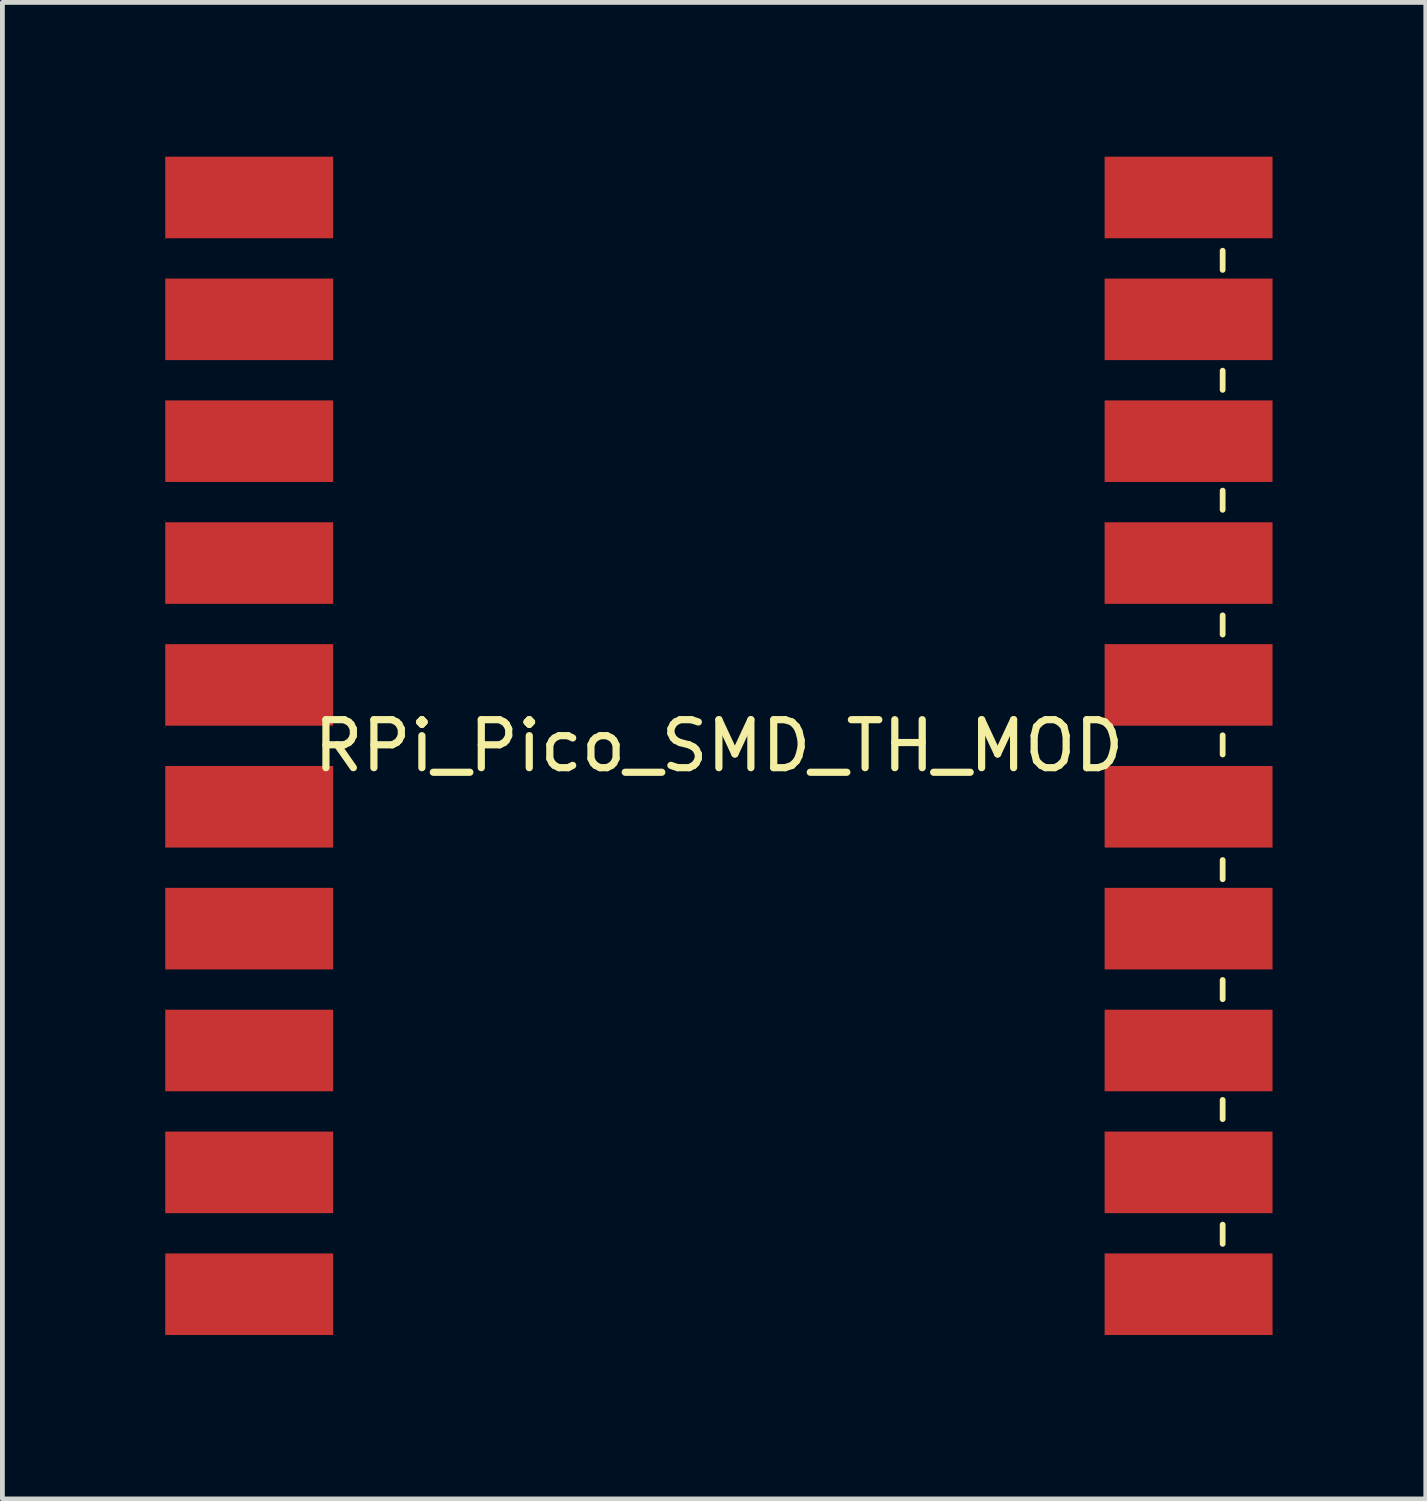
<source format=kicad_pcb>
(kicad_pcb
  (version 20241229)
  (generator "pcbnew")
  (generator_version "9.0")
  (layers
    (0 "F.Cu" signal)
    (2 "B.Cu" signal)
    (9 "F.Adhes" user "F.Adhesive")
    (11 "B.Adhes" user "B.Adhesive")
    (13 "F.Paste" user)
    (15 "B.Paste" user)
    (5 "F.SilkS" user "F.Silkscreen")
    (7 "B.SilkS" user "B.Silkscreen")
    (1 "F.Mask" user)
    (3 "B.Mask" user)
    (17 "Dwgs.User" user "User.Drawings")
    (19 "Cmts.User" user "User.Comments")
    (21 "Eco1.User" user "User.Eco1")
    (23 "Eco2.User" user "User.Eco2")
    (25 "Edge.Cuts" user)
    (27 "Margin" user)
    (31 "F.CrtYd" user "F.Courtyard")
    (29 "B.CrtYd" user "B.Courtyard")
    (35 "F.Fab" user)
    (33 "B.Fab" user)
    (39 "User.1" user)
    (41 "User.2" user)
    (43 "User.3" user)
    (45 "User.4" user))
  (footprint "RPi_Pico_SMD_TH_MOD"
    (layer "F.Cu")
    (at 0.25 24.942)
    (property "Reference" "RPi_Pico_SMD_TH_MOD" (at 11.684 -12.446 0) (layer "F.SilkS") (effects (font (size 1 1) (thickness 0.15))))
    (attr through_hole)
    (fp_line (start 22.184 -22.766) (end 22.184 -22.366) (stroke (width 0.12) (type solid)) (layer "F.SilkS"))
    (fp_line (start 22.184 -20.266) (end 22.184 -19.866) (stroke (width 0.12) (type solid)) (layer "F.SilkS"))
    (fp_line (start 22.184 -17.766) (end 22.184 -17.366) (stroke (width 0.12) (type solid)) (layer "F.SilkS"))
    (fp_line (start 22.184 -15.166) (end 22.184 -14.766) (stroke (width 0.12) (type solid)) (layer "F.SilkS"))
    (fp_line (start 22.184 -12.666) (end 22.184 -12.266) (stroke (width 0.12) (type solid)) (layer "F.SilkS"))
    (fp_line (start 22.184 -10.066) (end 22.184 -9.666) (stroke (width 0.12) (type solid)) (layer "F.SilkS"))
    (fp_line (start 22.184 -7.566) (end 22.184 -7.166) (stroke (width 0.12) (type solid)) (layer "F.SilkS"))
    (fp_line (start 22.184 -5.066) (end 22.184 -4.666) (stroke (width 0.12) (type solid)) (layer "F.SilkS"))
    (fp_line (start 22.184 -2.466) (end 22.184 -2.066) (stroke (width 0.12) (type solid)) (layer "F.SilkS"))
    (fp_rect (start 0 -24.892) (end 23.368 0) (stroke (width 0.1) (type default)) (fill no) (layer "Margin"))
    (fp_text user "RS_SW*" (at 19.304 -2.666 0) (unlocked yes) (layer "Margin") (effects (font (size 1 1) (thickness 0.15)) (justify right bottom)))
    (fp_text user "SDI" (at 4.064 -20.066 0) (unlocked yes) (layer "Margin") (effects (font (size 1 1) (thickness 0.15)) (justify left bottom)))
    (fp_text user "SDO" (at 4.064 -17.526 0) (unlocked yes) (layer "Margin") (effects (font (size 1 1) (thickness 0.15)) (justify left bottom)))
    (fp_text user "3V3" (at 16.764 -20.866 0) (unlocked yes) (layer "Margin") (effects (font (size 1 1) (thickness 0.15)) (justify left bottom)))
    (fp_text user "SCK" (at 4.064 -22.606 0) (unlocked yes) (layer "Margin") (effects (font (size 1 1) (thickness 0.15)) (justify left bottom)))
    (fp_text user "GND" (at 16.002 -0.508 0) (unlocked yes) (layer "Margin") (effects (font (size 1 1) (thickness 0.15)) (justify left bottom)))
    (fp_text user "ADC_IN" (at 14.224 -7.366 0) (unlocked yes) (layer "Margin") (effects (font (size 1 1) (thickness 0.15)) (justify left bottom)))
    (fp_text user "CS*" (at 4.064 -14.986 0) (unlocked yes) (layer "Margin") (effects (font (size 1 1) (thickness 0.15)) (justify left bottom)))
    (pad "4" smd rect (at 2.794 -23.876) (size 3.5 1.7) (drill (offset -0.9 0)) (layers "F.Cu" "F.Mask"))
    (pad "5" smd rect (at 2.794 -21.336) (size 3.5 1.7) (drill (offset -0.9 0)) (layers "F.Cu" "F.Mask"))
    (pad "6" smd rect (at 2.794 -18.796) (size 3.5 1.7) (drill (offset -0.9 0)) (layers "F.Cu" "F.Mask"))
    (pad "7" smd rect (at 2.794 -16.256) (size 3.5 1.7) (drill (offset -0.9 0)) (layers "F.Cu" "F.Mask"))
    (pad "8" smd rect (at 2.794 -13.716) (size 3.5 1.7) (drill (offset -0.9 0)) (layers "F.Cu" "F.Mask"))
    (pad "9" smd rect (at 2.794 -11.176) (size 3.5 1.7) (drill (offset -0.9 0)) (layers "F.Cu" "F.Mask"))
    (pad "10" smd rect (at 2.794 -8.636) (size 3.5 1.7) (drill (offset -0.9 0)) (layers "F.Cu" "F.Mask"))
    (pad "11" smd rect (at 2.794 -6.096) (size 3.5 1.7) (drill (offset -0.9 0)) (layers "F.Cu" "F.Mask"))
    (pad "12" smd rect (at 2.794 -3.556) (size 3.5 1.7) (drill (offset -0.9 0)) (layers "F.Cu" "F.Mask"))
    (pad "13" smd rect (at 2.794 -1.016) (size 3.5 1.7) (drill (offset -0.9 0)) (layers "F.Cu" "F.Mask"))
    (pad "28" smd rect (at 20.574 -1.016) (size 3.5 1.7) (drill (offset 0.9 0)) (layers "F.Cu" "F.Mask"))
    (pad "29" smd rect (at 20.574 -3.556) (size 3.5 1.7) (drill (offset 0.9 0)) (layers "F.Cu" "F.Mask"))
    (pad "30" smd rect (at 20.574 -6.096) (size 3.5 1.7) (drill (offset 0.9 0)) (layers "F.Cu" "F.Mask"))
    (pad "31" smd rect (at 20.574 -8.636) (size 3.5 1.7) (drill (offset 0.9 0)) (layers "F.Cu" "F.Mask"))
    (pad "32" smd rect (at 20.574 -11.176) (size 3.5 1.7) (drill (offset 0.9 0)) (layers "F.Cu" "F.Mask"))
    (pad "33" smd rect (at 20.574 -13.716) (size 3.5 1.7) (drill (offset 0.9 0)) (layers "F.Cu" "F.Mask"))
    (pad "34" smd rect (at 20.574 -16.256) (size 3.5 1.7) (drill (offset 0.9 0)) (layers "F.Cu" "F.Mask"))
    (pad "35" smd rect (at 20.574 -18.796) (size 3.5 1.7) (drill (offset 0.9 0)) (layers "F.Cu" "F.Mask"))
    (pad "36" smd rect (at 20.574 -21.336) (size 3.5 1.7) (drill (offset 0.9 0)) (layers "F.Cu" "F.Mask"))
    (pad "37" smd rect (at 20.574 -23.876) (size 3.5 1.7) (drill (offset 0.9 0)) (layers "F.Cu" "F.Mask")))
  (gr_rect
    (start -3 -3)
    (end 26.668 28.192)
    (stroke (width 0.1) (type default))
    (fill no)
    (layer "Edge.Cuts")))
</source>
